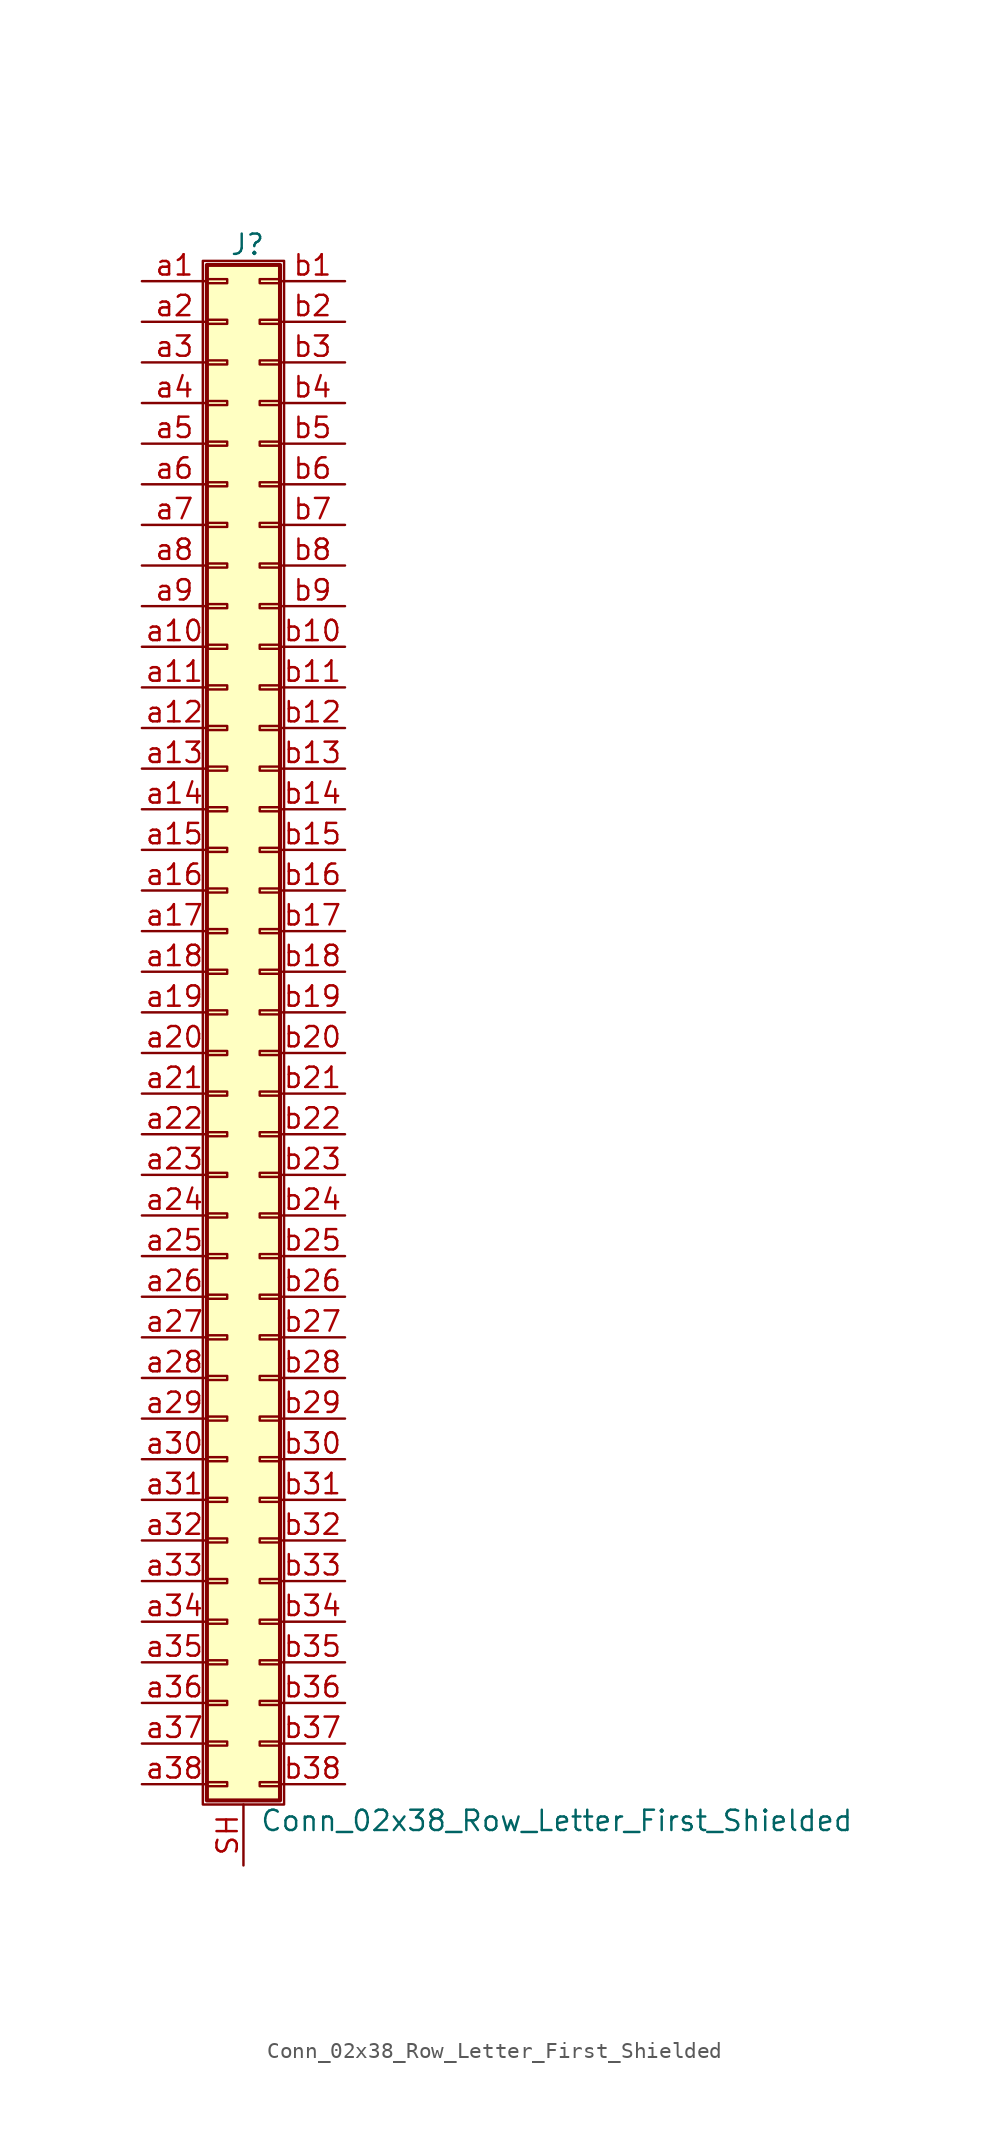
<source format=kicad_sym>
(kicad_symbol_lib
  (version 20201005)
  (generator kicad_symbol_editor)
  (symbol "Conn_02x38_Row_Letter_First_Shielded"
    (pin_names
      (offset 1.016) hide)
    (property "Reference" "J"
      (at 1.524 48.006 0)
      (effects (font (size 1.27 1.27))))
    (property "Value" "Conn_02x38_Row_Letter_First_Shielded"
      (at 2.286 -50.546 0)
      (effects (font (size 1.27 1.27)) (justify left)))
    (symbol "Conn_02x38_Row_Letter_First_Shielded_1_1"
      (rectangle (start -1.27 46.99) (end 3.81 -49.53) (stroke (width 0.152)) (fill (type none)))
      (rectangle (start -1.016 -48.133) (end 0.254 -48.387) (stroke (width 0.152)) (fill (type none)))
      (rectangle (start -1.016 -45.593) (end 0.254 -45.847) (stroke (width 0.152)) (fill (type none)))
      (rectangle (start -1.016 -43.053) (end 0.254 -43.307) (stroke (width 0.152)) (fill (type none)))
      (rectangle (start -1.016 -40.513) (end 0.254 -40.767) (stroke (width 0.152)) (fill (type none)))
      (rectangle (start -1.016 -37.973) (end 0.254 -38.227) (stroke (width 0.152)) (fill (type none)))
      (rectangle (start -1.016 -35.433) (end 0.254 -35.687) (stroke (width 0.152)) (fill (type none)))
      (rectangle (start -1.016 -32.893) (end 0.254 -33.147) (stroke (width 0.152)) (fill (type none)))
      (rectangle (start -1.016 -30.353) (end 0.254 -30.607) (stroke (width 0.152)) (fill (type none)))
      (rectangle (start -1.016 -27.813) (end 0.254 -28.067) (stroke (width 0.152)) (fill (type none)))
      (rectangle (start -1.016 -25.273) (end 0.254 -25.527) (stroke (width 0.152)) (fill (type none)))
      (rectangle (start -1.016 -22.733) (end 0.254 -22.987) (stroke (width 0.152)) (fill (type none)))
      (rectangle (start -1.016 -20.193) (end 0.254 -20.447) (stroke (width 0.152)) (fill (type none)))
      (rectangle (start -1.016 -17.653) (end 0.254 -17.907) (stroke (width 0.152)) (fill (type none)))
      (rectangle (start -1.016 -15.113) (end 0.254 -15.367) (stroke (width 0.152)) (fill (type none)))
      (rectangle (start -1.016 -12.573) (end 0.254 -12.827) (stroke (width 0.152)) (fill (type none)))
      (rectangle (start -1.016 -10.033) (end 0.254 -10.287) (stroke (width 0.152)) (fill (type none)))
      (rectangle (start -1.016 -7.493) (end 0.254 -7.747) (stroke (width 0.152)) (fill (type none)))
      (rectangle (start -1.016 -4.953) (end 0.254 -5.207) (stroke (width 0.152)) (fill (type none)))
      (rectangle (start -1.016 -2.413) (end 0.254 -2.667) (stroke (width 0.152)) (fill (type none)))
      (rectangle (start -1.016 0.127) (end 0.254 -0.127) (stroke (width 0.152)) (fill (type none)))
      (rectangle (start -1.016 2.667) (end 0.254 2.413) (stroke (width 0.152)) (fill (type none)))
      (rectangle (start -1.016 5.207) (end 0.254 4.953) (stroke (width 0.152)) (fill (type none)))
      (rectangle (start -1.016 7.747) (end 0.254 7.493) (stroke (width 0.152)) (fill (type none)))
      (rectangle (start -1.016 10.287) (end 0.254 10.033) (stroke (width 0.152)) (fill (type none)))
      (rectangle (start -1.016 12.827) (end 0.254 12.573) (stroke (width 0.152)) (fill (type none)))
      (rectangle (start -1.016 15.367) (end 0.254 15.113) (stroke (width 0.152)) (fill (type none)))
      (rectangle (start -1.016 17.907) (end 0.254 17.653) (stroke (width 0.152)) (fill (type none)))
      (rectangle (start -1.016 20.447) (end 0.254 20.193) (stroke (width 0.152)) (fill (type none)))
      (rectangle (start -1.016 22.987) (end 0.254 22.733) (stroke (width 0.152)) (fill (type none)))
      (rectangle (start -1.016 25.527) (end 0.254 25.273) (stroke (width 0.152)) (fill (type none)))
      (rectangle (start -1.016 28.067) (end 0.254 27.813) (stroke (width 0.152)) (fill (type none)))
      (rectangle (start -1.016 30.607) (end 0.254 30.353) (stroke (width 0.152)) (fill (type none)))
      (rectangle (start -1.016 33.147) (end 0.254 32.893) (stroke (width 0.152)) (fill (type none)))
      (rectangle (start -1.016 35.687) (end 0.254 35.433) (stroke (width 0.152)) (fill (type none)))
      (rectangle (start -1.016 38.227) (end 0.254 37.973) (stroke (width 0.152)) (fill (type none)))
      (rectangle (start -1.016 40.767) (end 0.254 40.513) (stroke (width 0.152)) (fill (type none)))
      (rectangle (start -1.016 43.307) (end 0.254 43.053) (stroke (width 0.152)) (fill (type none)))
      (rectangle (start -1.016 45.847) (end 0.254 45.593) (stroke (width 0.152)) (fill (type none)))
      (rectangle (start -1.016 46.736) (end 3.556 -49.276) (stroke (width 0.254)) (fill (type background)))
      (rectangle (start 3.556 -48.133) (end 2.286 -48.387) (stroke (width 0.152)) (fill (type none)))
      (rectangle (start 3.556 -45.593) (end 2.286 -45.847) (stroke (width 0.152)) (fill (type none)))
      (rectangle (start 3.556 -43.053) (end 2.286 -43.307) (stroke (width 0.152)) (fill (type none)))
      (rectangle (start 3.556 -40.513) (end 2.286 -40.767) (stroke (width 0.152)) (fill (type none)))
      (rectangle (start 3.556 -37.973) (end 2.286 -38.227) (stroke (width 0.152)) (fill (type none)))
      (rectangle (start 3.556 -35.433) (end 2.286 -35.687) (stroke (width 0.152)) (fill (type none)))
      (rectangle (start 3.556 -32.893) (end 2.286 -33.147) (stroke (width 0.152)) (fill (type none)))
      (rectangle (start 3.556 -30.353) (end 2.286 -30.607) (stroke (width 0.152)) (fill (type none)))
      (rectangle (start 3.556 -27.813) (end 2.286 -28.067) (stroke (width 0.152)) (fill (type none)))
      (rectangle (start 3.556 -25.273) (end 2.286 -25.527) (stroke (width 0.152)) (fill (type none)))
      (rectangle (start 3.556 -22.733) (end 2.286 -22.987) (stroke (width 0.152)) (fill (type none)))
      (rectangle (start 3.556 -20.193) (end 2.286 -20.447) (stroke (width 0.152)) (fill (type none)))
      (rectangle (start 3.556 -17.653) (end 2.286 -17.907) (stroke (width 0.152)) (fill (type none)))
      (rectangle (start 3.556 -15.113) (end 2.286 -15.367) (stroke (width 0.152)) (fill (type none)))
      (rectangle (start 3.556 -12.573) (end 2.286 -12.827) (stroke (width 0.152)) (fill (type none)))
      (rectangle (start 3.556 -10.033) (end 2.286 -10.287) (stroke (width 0.152)) (fill (type none)))
      (rectangle (start 3.556 -7.493) (end 2.286 -7.747) (stroke (width 0.152)) (fill (type none)))
      (rectangle (start 3.556 -4.953) (end 2.286 -5.207) (stroke (width 0.152)) (fill (type none)))
      (rectangle (start 3.556 -2.413) (end 2.286 -2.667) (stroke (width 0.152)) (fill (type none)))
      (rectangle (start 3.556 0.127) (end 2.286 -0.127) (stroke (width 0.152)) (fill (type none)))
      (rectangle (start 3.556 2.667) (end 2.286 2.413) (stroke (width 0.152)) (fill (type none)))
      (rectangle (start 3.556 5.207) (end 2.286 4.953) (stroke (width 0.152)) (fill (type none)))
      (rectangle (start 3.556 7.747) (end 2.286 7.493) (stroke (width 0.152)) (fill (type none)))
      (rectangle (start 3.556 10.287) (end 2.286 10.033) (stroke (width 0.152)) (fill (type none)))
      (rectangle (start 3.556 12.827) (end 2.286 12.573) (stroke (width 0.152)) (fill (type none)))
      (rectangle (start 3.556 15.367) (end 2.286 15.113) (stroke (width 0.152)) (fill (type none)))
      (rectangle (start 3.556 17.907) (end 2.286 17.653) (stroke (width 0.152)) (fill (type none)))
      (rectangle (start 3.556 20.447) (end 2.286 20.193) (stroke (width 0.152)) (fill (type none)))
      (rectangle (start 3.556 22.987) (end 2.286 22.733) (stroke (width 0.152)) (fill (type none)))
      (rectangle (start 3.556 25.527) (end 2.286 25.273) (stroke (width 0.152)) (fill (type none)))
      (rectangle (start 3.556 28.067) (end 2.286 27.813) (stroke (width 0.152)) (fill (type none)))
      (rectangle (start 3.556 30.607) (end 2.286 30.353) (stroke (width 0.152)) (fill (type none)))
      (rectangle (start 3.556 33.147) (end 2.286 32.893) (stroke (width 0.152)) (fill (type none)))
      (rectangle (start 3.556 35.687) (end 2.286 35.433) (stroke (width 0.152)) (fill (type none)))
      (rectangle (start 3.556 38.227) (end 2.286 37.973) (stroke (width 0.152)) (fill (type none)))
      (rectangle (start 3.556 40.767) (end 2.286 40.513) (stroke (width 0.152)) (fill (type none)))
      (rectangle (start 3.556 43.307) (end 2.286 43.053) (stroke (width 0.152)) (fill (type none)))
      (rectangle (start 3.556 45.847) (end 2.286 45.593) (stroke (width 0.152)) (fill (type none)))
      (pin passive line (at 1.27 -53.34 90) (length 3.81) (name "Shield" (effects (font (size 1.27 1.27)))) (number "SH" (effects (font (size 1.27 1.27)))))
      (pin passive line (at -5.08 45.72 0) (length 4.064) (name "Pin_a1" (effects (font (size 1.27 1.27)))) (number "a1" (effects (font (size 1.27 1.27)))))
      (pin passive line (at -5.08 22.86 0) (length 4.064) (name "Pin_a10" (effects (font (size 1.27 1.27)))) (number "a10" (effects (font (size 1.27 1.27)))))
      (pin passive line (at -5.08 20.32 0) (length 4.064) (name "Pin_a11" (effects (font (size 1.27 1.27)))) (number "a11" (effects (font (size 1.27 1.27)))))
      (pin passive line (at -5.08 17.78 0) (length 4.064) (name "Pin_a12" (effects (font (size 1.27 1.27)))) (number "a12" (effects (font (size 1.27 1.27)))))
      (pin passive line (at -5.08 15.24 0) (length 4.064) (name "Pin_a13" (effects (font (size 1.27 1.27)))) (number "a13" (effects (font (size 1.27 1.27)))))
      (pin passive line (at -5.08 12.7 0) (length 4.064) (name "Pin_a14" (effects (font (size 1.27 1.27)))) (number "a14" (effects (font (size 1.27 1.27)))))
      (pin passive line (at -5.08 10.16 0) (length 4.064) (name "Pin_a15" (effects (font (size 1.27 1.27)))) (number "a15" (effects (font (size 1.27 1.27)))))
      (pin passive line (at -5.08 7.62 0) (length 4.064) (name "Pin_a16" (effects (font (size 1.27 1.27)))) (number "a16" (effects (font (size 1.27 1.27)))))
      (pin passive line (at -5.08 5.08 0) (length 4.064) (name "Pin_a17" (effects (font (size 1.27 1.27)))) (number "a17" (effects (font (size 1.27 1.27)))))
      (pin passive line (at -5.08 2.54 0) (length 4.064) (name "Pin_a18" (effects (font (size 1.27 1.27)))) (number "a18" (effects (font (size 1.27 1.27)))))
      (pin passive line (at -5.08 0 0) (length 4.064) (name "Pin_a19" (effects (font (size 1.27 1.27)))) (number "a19" (effects (font (size 1.27 1.27)))))
      (pin passive line (at -5.08 43.18 0) (length 4.064) (name "Pin_a2" (effects (font (size 1.27 1.27)))) (number "a2" (effects (font (size 1.27 1.27)))))
      (pin passive line (at -5.08 -2.54 0) (length 4.064) (name "Pin_a20" (effects (font (size 1.27 1.27)))) (number "a20" (effects (font (size 1.27 1.27)))))
      (pin passive line (at -5.08 -5.08 0) (length 4.064) (name "Pin_a21" (effects (font (size 1.27 1.27)))) (number "a21" (effects (font (size 1.27 1.27)))))
      (pin passive line (at -5.08 -7.62 0) (length 4.064) (name "Pin_a22" (effects (font (size 1.27 1.27)))) (number "a22" (effects (font (size 1.27 1.27)))))
      (pin passive line (at -5.08 -10.16 0) (length 4.064) (name "Pin_a23" (effects (font (size 1.27 1.27)))) (number "a23" (effects (font (size 1.27 1.27)))))
      (pin passive line (at -5.08 -12.7 0) (length 4.064) (name "Pin_a24" (effects (font (size 1.27 1.27)))) (number "a24" (effects (font (size 1.27 1.27)))))
      (pin passive line (at -5.08 -15.24 0) (length 4.064) (name "Pin_a25" (effects (font (size 1.27 1.27)))) (number "a25" (effects (font (size 1.27 1.27)))))
      (pin passive line (at -5.08 -17.78 0) (length 4.064) (name "Pin_a26" (effects (font (size 1.27 1.27)))) (number "a26" (effects (font (size 1.27 1.27)))))
      (pin passive line (at -5.08 -20.32 0) (length 4.064) (name "Pin_a27" (effects (font (size 1.27 1.27)))) (number "a27" (effects (font (size 1.27 1.27)))))
      (pin passive line (at -5.08 -22.86 0) (length 4.064) (name "Pin_a28" (effects (font (size 1.27 1.27)))) (number "a28" (effects (font (size 1.27 1.27)))))
      (pin passive line (at -5.08 -25.4 0) (length 4.064) (name "Pin_a29" (effects (font (size 1.27 1.27)))) (number "a29" (effects (font (size 1.27 1.27)))))
      (pin passive line (at -5.08 40.64 0) (length 4.064) (name "Pin_a3" (effects (font (size 1.27 1.27)))) (number "a3" (effects (font (size 1.27 1.27)))))
      (pin passive line (at -5.08 -27.94 0) (length 4.064) (name "Pin_a30" (effects (font (size 1.27 1.27)))) (number "a30" (effects (font (size 1.27 1.27)))))
      (pin passive line (at -5.08 -30.48 0) (length 4.064) (name "Pin_a31" (effects (font (size 1.27 1.27)))) (number "a31" (effects (font (size 1.27 1.27)))))
      (pin passive line (at -5.08 -33.02 0) (length 4.064) (name "Pin_a32" (effects (font (size 1.27 1.27)))) (number "a32" (effects (font (size 1.27 1.27)))))
      (pin passive line (at -5.08 -35.56 0) (length 4.064) (name "Pin_a33" (effects (font (size 1.27 1.27)))) (number "a33" (effects (font (size 1.27 1.27)))))
      (pin passive line (at -5.08 -38.1 0) (length 4.064) (name "Pin_a34" (effects (font (size 1.27 1.27)))) (number "a34" (effects (font (size 1.27 1.27)))))
      (pin passive line (at -5.08 -40.64 0) (length 4.064) (name "Pin_a35" (effects (font (size 1.27 1.27)))) (number "a35" (effects (font (size 1.27 1.27)))))
      (pin passive line (at -5.08 -43.18 0) (length 4.064) (name "Pin_a36" (effects (font (size 1.27 1.27)))) (number "a36" (effects (font (size 1.27 1.27)))))
      (pin passive line (at -5.08 -45.72 0) (length 4.064) (name "Pin_a37" (effects (font (size 1.27 1.27)))) (number "a37" (effects (font (size 1.27 1.27)))))
      (pin passive line (at -5.08 -48.26 0) (length 4.064) (name "Pin_a38" (effects (font (size 1.27 1.27)))) (number "a38" (effects (font (size 1.27 1.27)))))
      (pin passive line (at -5.08 38.1 0) (length 4.064) (name "Pin_a4" (effects (font (size 1.27 1.27)))) (number "a4" (effects (font (size 1.27 1.27)))))
      (pin passive line (at -5.08 35.56 0) (length 4.064) (name "Pin_a5" (effects (font (size 1.27 1.27)))) (number "a5" (effects (font (size 1.27 1.27)))))
      (pin passive line (at -5.08 33.02 0) (length 4.064) (name "Pin_a6" (effects (font (size 1.27 1.27)))) (number "a6" (effects (font (size 1.27 1.27)))))
      (pin passive line (at -5.08 30.48 0) (length 4.064) (name "Pin_a7" (effects (font (size 1.27 1.27)))) (number "a7" (effects (font (size 1.27 1.27)))))
      (pin passive line (at -5.08 27.94 0) (length 4.064) (name "Pin_a8" (effects (font (size 1.27 1.27)))) (number "a8" (effects (font (size 1.27 1.27)))))
      (pin passive line (at -5.08 25.4 0) (length 4.064) (name "Pin_a9" (effects (font (size 1.27 1.27)))) (number "a9" (effects (font (size 1.27 1.27)))))
      (pin passive line (at 7.62 45.72 180) (length 4.064) (name "Pin_b1" (effects (font (size 1.27 1.27)))) (number "b1" (effects (font (size 1.27 1.27)))))
      (pin passive line (at 7.62 22.86 180) (length 4.064) (name "Pin_b10" (effects (font (size 1.27 1.27)))) (number "b10" (effects (font (size 1.27 1.27)))))
      (pin passive line (at 7.62 20.32 180) (length 4.064) (name "Pin_b11" (effects (font (size 1.27 1.27)))) (number "b11" (effects (font (size 1.27 1.27)))))
      (pin passive line (at 7.62 17.78 180) (length 4.064) (name "Pin_b12" (effects (font (size 1.27 1.27)))) (number "b12" (effects (font (size 1.27 1.27)))))
      (pin passive line (at 7.62 15.24 180) (length 4.064) (name "Pin_b13" (effects (font (size 1.27 1.27)))) (number "b13" (effects (font (size 1.27 1.27)))))
      (pin passive line (at 7.62 12.7 180) (length 4.064) (name "Pin_b14" (effects (font (size 1.27 1.27)))) (number "b14" (effects (font (size 1.27 1.27)))))
      (pin passive line (at 7.62 10.16 180) (length 4.064) (name "Pin_b15" (effects (font (size 1.27 1.27)))) (number "b15" (effects (font (size 1.27 1.27)))))
      (pin passive line (at 7.62 7.62 180) (length 4.064) (name "Pin_b16" (effects (font (size 1.27 1.27)))) (number "b16" (effects (font (size 1.27 1.27)))))
      (pin passive line (at 7.62 5.08 180) (length 4.064) (name "Pin_b17" (effects (font (size 1.27 1.27)))) (number "b17" (effects (font (size 1.27 1.27)))))
      (pin passive line (at 7.62 2.54 180) (length 4.064) (name "Pin_b18" (effects (font (size 1.27 1.27)))) (number "b18" (effects (font (size 1.27 1.27)))))
      (pin passive line (at 7.62 0 180) (length 4.064) (name "Pin_b19" (effects (font (size 1.27 1.27)))) (number "b19" (effects (font (size 1.27 1.27)))))
      (pin passive line (at 7.62 43.18 180) (length 4.064) (name "Pin_b2" (effects (font (size 1.27 1.27)))) (number "b2" (effects (font (size 1.27 1.27)))))
      (pin passive line (at 7.62 -2.54 180) (length 4.064) (name "Pin_b20" (effects (font (size 1.27 1.27)))) (number "b20" (effects (font (size 1.27 1.27)))))
      (pin passive line (at 7.62 -5.08 180) (length 4.064) (name "Pin_b21" (effects (font (size 1.27 1.27)))) (number "b21" (effects (font (size 1.27 1.27)))))
      (pin passive line (at 7.62 -7.62 180) (length 4.064) (name "Pin_b22" (effects (font (size 1.27 1.27)))) (number "b22" (effects (font (size 1.27 1.27)))))
      (pin passive line (at 7.62 -10.16 180) (length 4.064) (name "Pin_b23" (effects (font (size 1.27 1.27)))) (number "b23" (effects (font (size 1.27 1.27)))))
      (pin passive line (at 7.62 -12.7 180) (length 4.064) (name "Pin_b24" (effects (font (size 1.27 1.27)))) (number "b24" (effects (font (size 1.27 1.27)))))
      (pin passive line (at 7.62 -15.24 180) (length 4.064) (name "Pin_b25" (effects (font (size 1.27 1.27)))) (number "b25" (effects (font (size 1.27 1.27)))))
      (pin passive line (at 7.62 -17.78 180) (length 4.064) (name "Pin_b26" (effects (font (size 1.27 1.27)))) (number "b26" (effects (font (size 1.27 1.27)))))
      (pin passive line (at 7.62 -20.32 180) (length 4.064) (name "Pin_b27" (effects (font (size 1.27 1.27)))) (number "b27" (effects (font (size 1.27 1.27)))))
      (pin passive line (at 7.62 -22.86 180) (length 4.064) (name "Pin_b28" (effects (font (size 1.27 1.27)))) (number "b28" (effects (font (size 1.27 1.27)))))
      (pin passive line (at 7.62 -25.4 180) (length 4.064) (name "Pin_b29" (effects (font (size 1.27 1.27)))) (number "b29" (effects (font (size 1.27 1.27)))))
      (pin passive line (at 7.62 40.64 180) (length 4.064) (name "Pin_b3" (effects (font (size 1.27 1.27)))) (number "b3" (effects (font (size 1.27 1.27)))))
      (pin passive line (at 7.62 -27.94 180) (length 4.064) (name "Pin_b30" (effects (font (size 1.27 1.27)))) (number "b30" (effects (font (size 1.27 1.27)))))
      (pin passive line (at 7.62 -30.48 180) (length 4.064) (name "Pin_b31" (effects (font (size 1.27 1.27)))) (number "b31" (effects (font (size 1.27 1.27)))))
      (pin passive line (at 7.62 -33.02 180) (length 4.064) (name "Pin_b32" (effects (font (size 1.27 1.27)))) (number "b32" (effects (font (size 1.27 1.27)))))
      (pin passive line (at 7.62 -35.56 180) (length 4.064) (name "Pin_b33" (effects (font (size 1.27 1.27)))) (number "b33" (effects (font (size 1.27 1.27)))))
      (pin passive line (at 7.62 -38.1 180) (length 4.064) (name "Pin_b34" (effects (font (size 1.27 1.27)))) (number "b34" (effects (font (size 1.27 1.27)))))
      (pin passive line (at 7.62 -40.64 180) (length 4.064) (name "Pin_b35" (effects (font (size 1.27 1.27)))) (number "b35" (effects (font (size 1.27 1.27)))))
      (pin passive line (at 7.62 -43.18 180) (length 4.064) (name "Pin_b36" (effects (font (size 1.27 1.27)))) (number "b36" (effects (font (size 1.27 1.27)))))
      (pin passive line (at 7.62 -45.72 180) (length 4.064) (name "Pin_b37" (effects (font (size 1.27 1.27)))) (number "b37" (effects (font (size 1.27 1.27)))))
      (pin passive line (at 7.62 -48.26 180) (length 4.064) (name "Pin_b38" (effects (font (size 1.27 1.27)))) (number "b38" (effects (font (size 1.27 1.27)))))
      (pin passive line (at 7.62 38.1 180) (length 4.064) (name "Pin_b4" (effects (font (size 1.27 1.27)))) (number "b4" (effects (font (size 1.27 1.27)))))
      (pin passive line (at 7.62 35.56 180) (length 4.064) (name "Pin_b5" (effects (font (size 1.27 1.27)))) (number "b5" (effects (font (size 1.27 1.27)))))
      (pin passive line (at 7.62 33.02 180) (length 4.064) (name "Pin_b6" (effects (font (size 1.27 1.27)))) (number "b6" (effects (font (size 1.27 1.27)))))
      (pin passive line (at 7.62 30.48 180) (length 4.064) (name "Pin_b7" (effects (font (size 1.27 1.27)))) (number "b7" (effects (font (size 1.27 1.27)))))
      (pin passive line (at 7.62 27.94 180) (length 4.064) (name "Pin_b8" (effects (font (size 1.27 1.27)))) (number "b8" (effects (font (size 1.27 1.27)))))
      (pin passive line (at 7.62 25.4 180) (length 4.064) (name "Pin_b9" (effects (font (size 1.27 1.27)))) (number "b9" (effects (font (size 1.27 1.27))))))))
</source>
